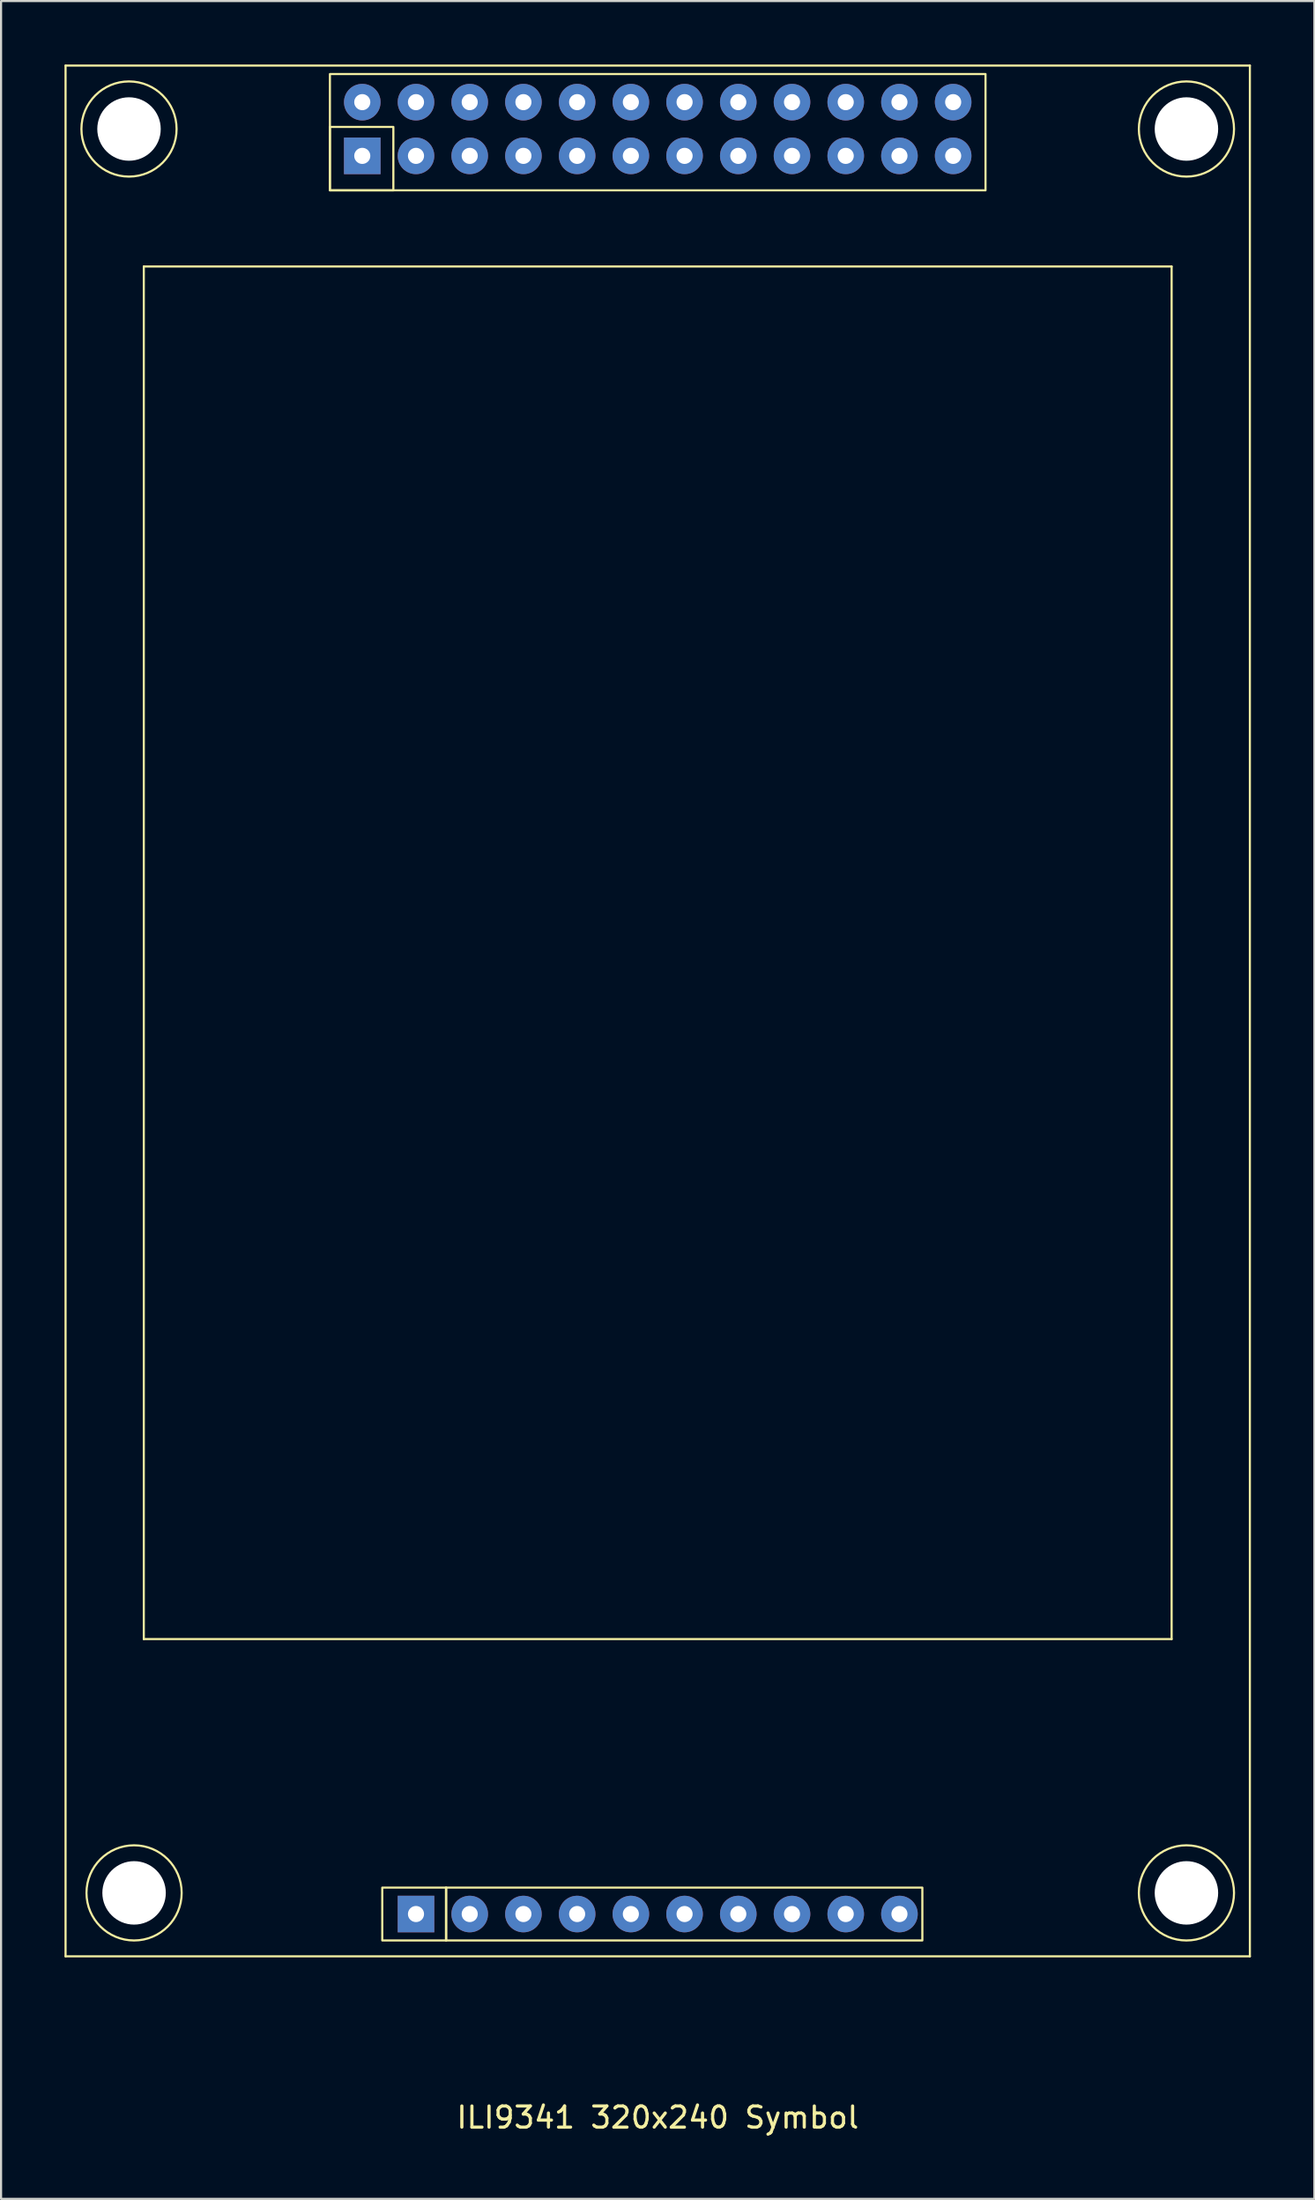
<source format=kicad_pcb>
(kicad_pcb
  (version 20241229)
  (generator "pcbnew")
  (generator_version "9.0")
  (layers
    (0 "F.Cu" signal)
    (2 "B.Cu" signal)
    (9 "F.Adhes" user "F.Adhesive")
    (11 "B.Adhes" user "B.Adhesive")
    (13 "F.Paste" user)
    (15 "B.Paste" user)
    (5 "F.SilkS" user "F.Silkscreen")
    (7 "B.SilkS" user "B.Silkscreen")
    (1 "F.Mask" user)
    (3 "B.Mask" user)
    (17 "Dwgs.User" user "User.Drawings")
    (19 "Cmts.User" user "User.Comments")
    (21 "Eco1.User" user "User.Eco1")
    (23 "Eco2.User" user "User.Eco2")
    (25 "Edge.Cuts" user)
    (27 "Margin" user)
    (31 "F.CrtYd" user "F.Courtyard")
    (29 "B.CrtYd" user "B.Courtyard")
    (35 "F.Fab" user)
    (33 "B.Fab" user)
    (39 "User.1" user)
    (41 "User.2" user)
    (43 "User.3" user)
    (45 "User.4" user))
  (footprint "ILI9341 320x240 Symbol"
    (layer "F.Cu")
    (at 28.05 89.45)
    (property "Reference" "ILI9341 320x240 Symbol" (at 0 7.62 0) (layer "F.SilkS") (effects (font (size 1 1) (thickness 0.15))))
    (attr through_hole)
    (fp_line (start -28 -89.4) (end 28 -89.4) (stroke (width 0.1) (type default)) (layer "F.SilkS"))
    (fp_line (start -28 0) (end -28 -89.4) (stroke (width 0.1) (type default)) (layer "F.SilkS"))
    (fp_line (start -28 0) (end 28 0) (stroke (width 0.1) (type default)) (layer "F.SilkS"))
    (fp_line (start -24.3 -79.9) (end 24.3 -79.9) (stroke (width 0.1) (type default)) (layer "F.SilkS"))
    (fp_line (start -24.3 -15) (end -24.3 -79.9) (stroke (width 0.1) (type default)) (layer "F.SilkS"))
    (fp_line (start -24.3 -15) (end 24.3 -15) (stroke (width 0.1) (type default)) (layer "F.SilkS"))
    (fp_line (start 24.3 -15) (end 24.3 -79.9) (stroke (width 0.1) (type default)) (layer "F.SilkS"))
    (fp_line (start 28 0) (end 28 -89.4) (stroke (width 0.1) (type default)) (layer "F.SilkS"))
    (fp_rect (start -15.5 -89) (end 15.5 -83.5) (stroke (width 0.1) (type default)) (fill no) (layer "F.SilkS"))
    (fp_rect (start -15.5 -86.5) (end -12.5 -83.5) (stroke (width 0.1) (type default)) (fill no) (layer "F.SilkS"))
    (fp_rect (start -13.025 -3.25) (end -10 -0.75) (stroke (width 0.1) (type default)) (fill no) (layer "F.SilkS"))
    (fp_rect (start -10.013 -3.25) (end 12.513 -0.75) (stroke (width 0.1) (type default)) (fill no) (layer "F.SilkS"))
    (fp_circle (center -25 -86.4) (end -22.75 -86.4) (stroke (width 0.1) (type default)) (fill no) (layer "F.SilkS"))
    (fp_circle (center -24.76 -3) (end -22.51 -3) (stroke (width 0.1) (type default)) (fill no) (layer "F.SilkS"))
    (fp_circle (center 25 -86.4) (end 27.25 -86.4) (stroke (width 0.1) (type default)) (fill no) (layer "F.SilkS"))
    (fp_circle (center 25 -3) (end 27.25 -3) (stroke (width 0.1) (type default)) (fill no) (layer "F.SilkS"))
    (pad "" np_thru_hole circle (at -25 -86.4) (size 3 3) (drill 3) (layers "*.Cu" "*.Mask"))
    (pad "" np_thru_hole circle (at -24.76 -3) (size 3 3) (drill 3) (layers "*.Cu" "*.Mask"))
    (pad "" np_thru_hole circle (at 25 -86.4) (size 3 3) (drill 3) (layers "*.Cu" "*.Mask"))
    (pad "" np_thru_hole circle (at 25 -3) (size 3 3) (drill 3) (layers "*.Cu" "*.Mask"))
    (pad "1" thru_hole rect (at -11.43 -2) (size 1.73 1.73) (drill 0.762) (layers "*.Cu" "*.Mask"))
    (pad "1-1" thru_hole rect (at -13.97 -85.13) (size 1.73 1.73) (drill 0.762) (layers "*.Cu" "*.Mask"))
    (pad "1-2" thru_hole circle (at -13.97 -87.67) (size 1.73 1.73) (drill 0.762) (layers "*.Cu" "*.Mask"))
    (pad "1-3" thru_hole circle (at -11.43 -85.13) (size 1.73 1.73) (drill 0.762) (layers "*.Cu" "*.Mask"))
    (pad "1-4" thru_hole circle (at -11.43 -87.67) (size 1.73 1.73) (drill 0.762) (layers "*.Cu" "*.Mask"))
    (pad "1-5" thru_hole circle (at -8.89 -85.13) (size 1.73 1.73) (drill 0.762) (layers "*.Cu" "*.Mask"))
    (pad "1-6" thru_hole circle (at -8.89 -87.67) (size 1.73 1.73) (drill 0.762) (layers "*.Cu" "*.Mask"))
    (pad "1-7" thru_hole circle (at -6.35 -85.13) (size 1.73 1.73) (drill 0.762) (layers "*.Cu" "*.Mask"))
    (pad "1-8" thru_hole circle (at -6.35 -87.67) (size 1.73 1.73) (drill 0.762) (layers "*.Cu" "*.Mask"))
    (pad "1-9" thru_hole circle (at -3.81 -85.13) (size 1.73 1.73) (drill 0.762) (layers "*.Cu" "*.Mask"))
    (pad "1-10" thru_hole circle (at -3.81 -87.67) (size 1.73 1.73) (drill 0.762) (layers "*.Cu" "*.Mask"))
    (pad "1-11" thru_hole circle (at -1.27 -85.13) (size 1.73 1.73) (drill 0.762) (layers "*.Cu" "*.Mask"))
    (pad "1-12" thru_hole circle (at -1.27 -87.67) (size 1.73 1.73) (drill 0.762) (layers "*.Cu" "*.Mask"))
    (pad "1-13" thru_hole circle (at 1.27 -85.13) (size 1.73 1.73) (drill 0.762) (layers "*.Cu" "*.Mask"))
    (pad "1-14" thru_hole circle (at 1.27 -87.67) (size 1.73 1.73) (drill 0.762) (layers "*.Cu" "*.Mask"))
    (pad "1-15" thru_hole circle (at 3.81 -85.13) (size 1.73 1.73) (drill 0.762) (layers "*.Cu" "*.Mask"))
    (pad "1-16" thru_hole circle (at 3.81 -87.67) (size 1.73 1.73) (drill 0.762) (layers "*.Cu" "*.Mask"))
    (pad "1-17" thru_hole circle (at 6.35 -85.13) (size 1.73 1.73) (drill 0.762) (layers "*.Cu" "*.Mask"))
    (pad "1-18" thru_hole circle (at 6.35 -87.67) (size 1.73 1.73) (drill 0.762) (layers "*.Cu" "*.Mask"))
    (pad "1-19" thru_hole circle (at 8.89 -85.13) (size 1.73 1.73) (drill 0.762) (layers "*.Cu" "*.Mask"))
    (pad "1-20" thru_hole circle (at 8.89 -87.67) (size 1.73 1.73) (drill 0.762) (layers "*.Cu" "*.Mask"))
    (pad "1-21" thru_hole circle (at 11.43 -85.13) (size 1.73 1.73) (drill 0.762) (layers "*.Cu" "*.Mask"))
    (pad "1-22" thru_hole circle (at 11.43 -87.67) (size 1.73 1.73) (drill 0.762) (layers "*.Cu" "*.Mask"))
    (pad "1-23" thru_hole circle (at 13.97 -85.13) (size 1.73 1.73) (drill 0.762) (layers "*.Cu" "*.Mask"))
    (pad "1-24" thru_hole circle (at 13.97 -87.67) (size 1.73 1.73) (drill 0.762) (layers "*.Cu" "*.Mask"))
    (pad "2" thru_hole circle (at -8.89 -2) (size 1.73 1.73) (drill 0.762) (layers "*.Cu" "*.Mask"))
    (pad "3" thru_hole circle (at -6.35 -2) (size 1.73 1.73) (drill 0.762) (layers "*.Cu" "*.Mask"))
    (pad "4" thru_hole circle (at -3.81 -2) (size 1.73 1.73) (drill 0.762) (layers "*.Cu" "*.Mask"))
    (pad "5" thru_hole circle (at -1.27 -2) (size 1.73 1.73) (drill 0.762) (layers "*.Cu" "*.Mask"))
    (pad "6" thru_hole circle (at 1.27 -2) (size 1.73 1.73) (drill 0.762) (layers "*.Cu" "*.Mask"))
    (pad "7" thru_hole circle (at 3.81 -2) (size 1.73 1.73) (drill 0.762) (layers "*.Cu" "*.Mask"))
    (pad "8" thru_hole circle (at 6.35 -2) (size 1.73 1.73) (drill 0.762) (layers "*.Cu" "*.Mask"))
    (pad "9" thru_hole circle (at 8.89 -2) (size 1.73 1.73) (drill 0.762) (layers "*.Cu" "*.Mask"))
    (pad "10" thru_hole circle (at 11.43 -2) (size 1.73 1.73) (drill 0.762) (layers "*.Cu" "*.Mask")))
  (gr_rect
    (start -3 -3)
    (end 59.1 100.918)
    (stroke (width 0.1) (type default))
    (fill no)
    (layer "Edge.Cuts")))
</source>
